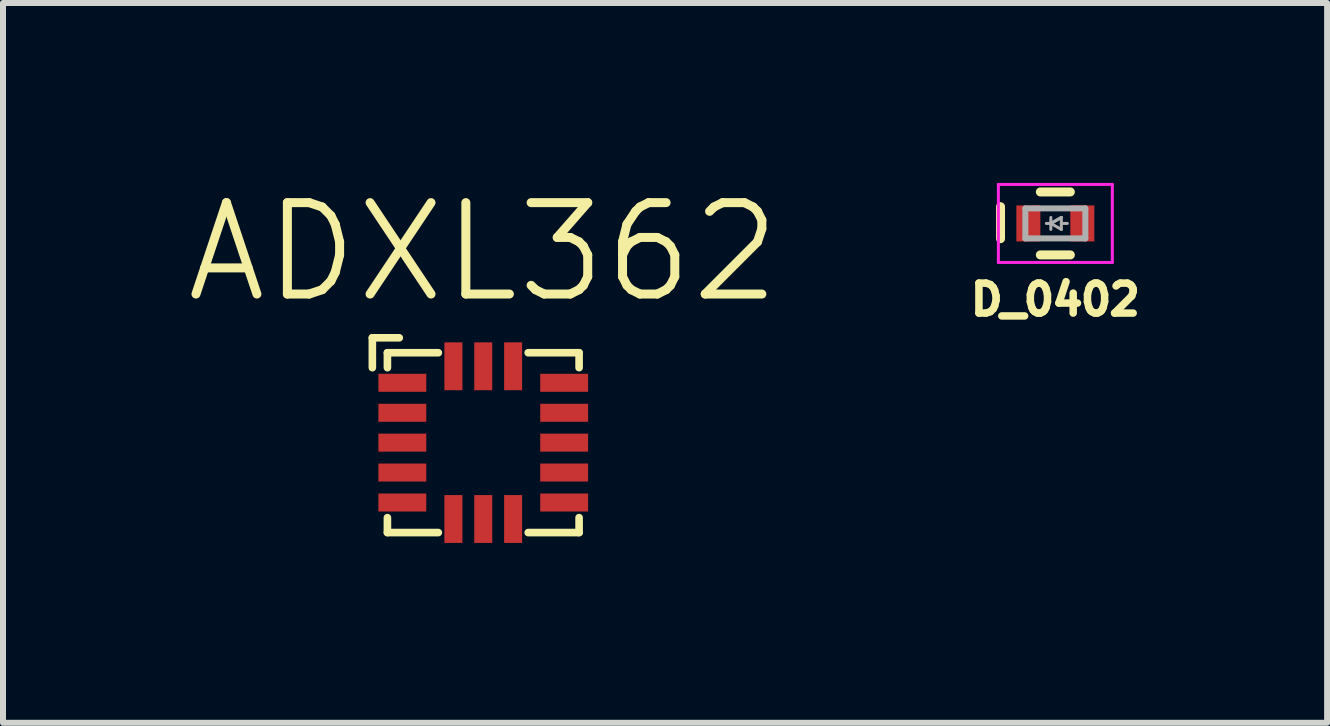
<source format=kicad_pcb>
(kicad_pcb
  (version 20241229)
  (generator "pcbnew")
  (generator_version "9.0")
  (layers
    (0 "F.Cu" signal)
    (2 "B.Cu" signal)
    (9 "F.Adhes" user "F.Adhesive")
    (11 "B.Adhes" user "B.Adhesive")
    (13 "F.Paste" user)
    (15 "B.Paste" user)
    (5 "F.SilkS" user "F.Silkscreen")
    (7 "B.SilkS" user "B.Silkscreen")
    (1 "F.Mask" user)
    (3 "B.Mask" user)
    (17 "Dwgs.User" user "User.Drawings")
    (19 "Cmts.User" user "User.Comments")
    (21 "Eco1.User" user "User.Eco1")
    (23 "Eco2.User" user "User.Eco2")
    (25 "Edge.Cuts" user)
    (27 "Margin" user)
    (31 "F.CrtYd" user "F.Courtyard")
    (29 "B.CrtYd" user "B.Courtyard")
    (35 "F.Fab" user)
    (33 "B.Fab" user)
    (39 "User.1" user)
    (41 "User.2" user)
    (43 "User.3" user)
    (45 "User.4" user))
  (footprint "ADXL362"
    (layer "F.Cu")
    (at 5.007 4.33)
    (property "Reference" "ADXL362" (at 0 -3.175 0) (layer "F.SilkS") (effects (font (size 1.524 1.524) (thickness 0.15))))
    (attr smd)
    (fp_line (start -1.849 -1.748) (end -1.4 -1.748) (stroke (width 0.127) (type solid)) (layer "F.SilkS"))
    (fp_line (start -1.849 -1.25) (end -1.849 -1.748) (stroke (width 0.127) (type solid)) (layer "F.SilkS"))
    (fp_line (start -1.598 -1.499) (end -1.598 -1.25) (stroke (width 0.127) (type solid)) (layer "F.SilkS"))
    (fp_line (start -1.598 1.499) (end -1.598 1.25) (stroke (width 0.127) (type solid)) (layer "F.SilkS"))
    (fp_line (start -0.749 -1.499) (end -1.598 -1.499) (stroke (width 0.127) (type solid)) (layer "F.SilkS"))
    (fp_line (start -0.749 1.499) (end -1.598 1.499) (stroke (width 0.127) (type solid)) (layer "F.SilkS"))
    (fp_line (start 0.749 -1.499) (end 1.598 -1.499) (stroke (width 0.127) (type solid)) (layer "F.SilkS"))
    (fp_line (start 0.749 1.499) (end 1.598 1.499) (stroke (width 0.127) (type solid)) (layer "F.SilkS"))
    (fp_line (start 1.598 -1.499) (end 1.598 -1.25) (stroke (width 0.127) (type solid)) (layer "F.SilkS"))
    (fp_line (start 1.598 1.499) (end 1.598 1.25) (stroke (width 0.127) (type solid)) (layer "F.SilkS"))
    (pad "1" smd rect (at -1.349 -0.998) (size 0.798 0.3) (layers "F.Cu" "F.Mask" "F.Paste"))
    (pad "2" smd rect (at -1.349 -0.498) (size 0.798 0.3) (layers "F.Cu" "F.Mask" "F.Paste"))
    (pad "3" smd rect (at -1.349 0) (size 0.798 0.3) (layers "F.Cu" "F.Mask" "F.Paste"))
    (pad "4" smd rect (at -1.349 0.498) (size 0.798 0.3) (layers "F.Cu" "F.Mask" "F.Paste"))
    (pad "5" smd rect (at -1.349 0.998) (size 0.798 0.3) (layers "F.Cu" "F.Mask" "F.Paste"))
    (pad "6" smd rect (at -0.498 1.273 90) (size 0.798 0.3) (layers "F.Cu" "F.Mask" "F.Paste"))
    (pad "7" smd rect (at 0 1.273 90) (size 0.798 0.3) (layers "F.Cu" "F.Mask" "F.Paste"))
    (pad "8" smd rect (at 0.498 1.273 90) (size 0.798 0.3) (layers "F.Cu" "F.Mask" "F.Paste"))
    (pad "9" smd rect (at 1.349 0.998) (size 0.798 0.3) (layers "F.Cu" "F.Mask" "F.Paste"))
    (pad "10" smd rect (at 1.349 0.498) (size 0.798 0.3) (layers "F.Cu" "F.Mask" "F.Paste"))
    (pad "11" smd rect (at 1.349 0) (size 0.798 0.3) (layers "F.Cu" "F.Mask" "F.Paste"))
    (pad "12" smd rect (at 1.349 -0.498) (size 0.798 0.3) (layers "F.Cu" "F.Mask" "F.Paste"))
    (pad "13" smd rect (at 1.349 -0.998) (size 0.798 0.3) (layers "F.Cu" "F.Mask" "F.Paste"))
    (pad "14" smd rect (at 0.498 -1.273 90) (size 0.798 0.3) (layers "F.Cu" "F.Mask" "F.Paste"))
    (pad "15" smd rect (at 0 -1.273 90) (size 0.798 0.3) (layers "F.Cu" "F.Mask" "F.Paste"))
    (pad "16" smd rect (at -0.498 -1.273 90) (size 0.798 0.3) (layers "F.Cu" "F.Mask" "F.Paste")))
  (footprint "D_0402"
    (layer "F.Cu")
    (at 14.545 0.675)
    (property "Reference" "D_0402" (at 0 1.27 0) (layer "F.SilkS") (effects (font (size 0.5 0.5) (thickness 0.125))))
    (attr smd)
    (fp_line (start -0.914 -0.279) (end -0.914 0.254) (stroke (width 0.15) (type solid)) (layer "F.SilkS"))
    (fp_line (start -0.25 0.525) (end 0.25 0.525) (stroke (width 0.15) (type solid)) (layer "F.SilkS"))
    (fp_line (start 0.25 -0.525) (end -0.25 -0.525) (stroke (width 0.15) (type solid)) (layer "F.SilkS"))
    (fp_line (start -0.95 -0.65) (end -0.95 0.65) (stroke (width 0.05) (type solid)) (layer "F.CrtYd"))
    (fp_line (start -0.95 -0.65) (end 0.95 -0.65) (stroke (width 0.05) (type solid)) (layer "F.CrtYd"))
    (fp_line (start -0.95 0.65) (end 0.95 0.65) (stroke (width 0.05) (type solid)) (layer "F.CrtYd"))
    (fp_line (start 0.95 -0.65) (end 0.95 0.65) (stroke (width 0.05) (type solid)) (layer "F.CrtYd"))
    (fp_line (start -0.5 -0.25) (end 0.5 -0.25) (stroke (width 0.1) (type solid)) (layer "F.Fab"))
    (fp_line (start -0.5 0.25) (end -0.5 -0.25) (stroke (width 0.1) (type solid)) (layer "F.Fab"))
    (fp_line (start -0.1 0) (end -0.15 0) (stroke (width 0.05) (type solid)) (layer "F.Fab"))
    (fp_line (start -0.075 -0.1) (end -0.075 0.1) (stroke (width 0.05) (type solid)) (layer "F.Fab"))
    (fp_line (start -0.075 0) (end 0.1 -0.1) (stroke (width 0.05) (type solid)) (layer "F.Fab"))
    (fp_line (start -0.075 0) (end 0.1 0.1) (stroke (width 0.05) (type solid)) (layer "F.Fab"))
    (fp_line (start 0.1 -0.1) (end -0.075 0) (stroke (width 0.05) (type solid)) (layer "F.Fab"))
    (fp_line (start 0.1 0) (end 0.2 0) (stroke (width 0.05) (type solid)) (layer "F.Fab"))
    (fp_line (start 0.1 0.1) (end 0.1 -0.1) (stroke (width 0.05) (type solid)) (layer "F.Fab"))
    (fp_line (start 0.5 -0.25) (end 0.5 0.25) (stroke (width 0.1) (type solid)) (layer "F.Fab"))
    (fp_line (start 0.5 0.25) (end -0.5 0.25) (stroke (width 0.1) (type solid)) (layer "F.Fab"))
    (pad "1" smd rect (at -0.45 0) (size 0.4 0.6) (layers "F.Cu" "F.Mask" "F.Paste"))
    (pad "2" smd rect (at 0.45 0) (size 0.4 0.6) (layers "F.Cu" "F.Mask" "F.Paste")))
  (gr_rect
    (start -3 -3)
    (end 19.076 9.001)
    (stroke (width 0.1) (type default))
    (fill no)
    (layer "Edge.Cuts")))
</source>
